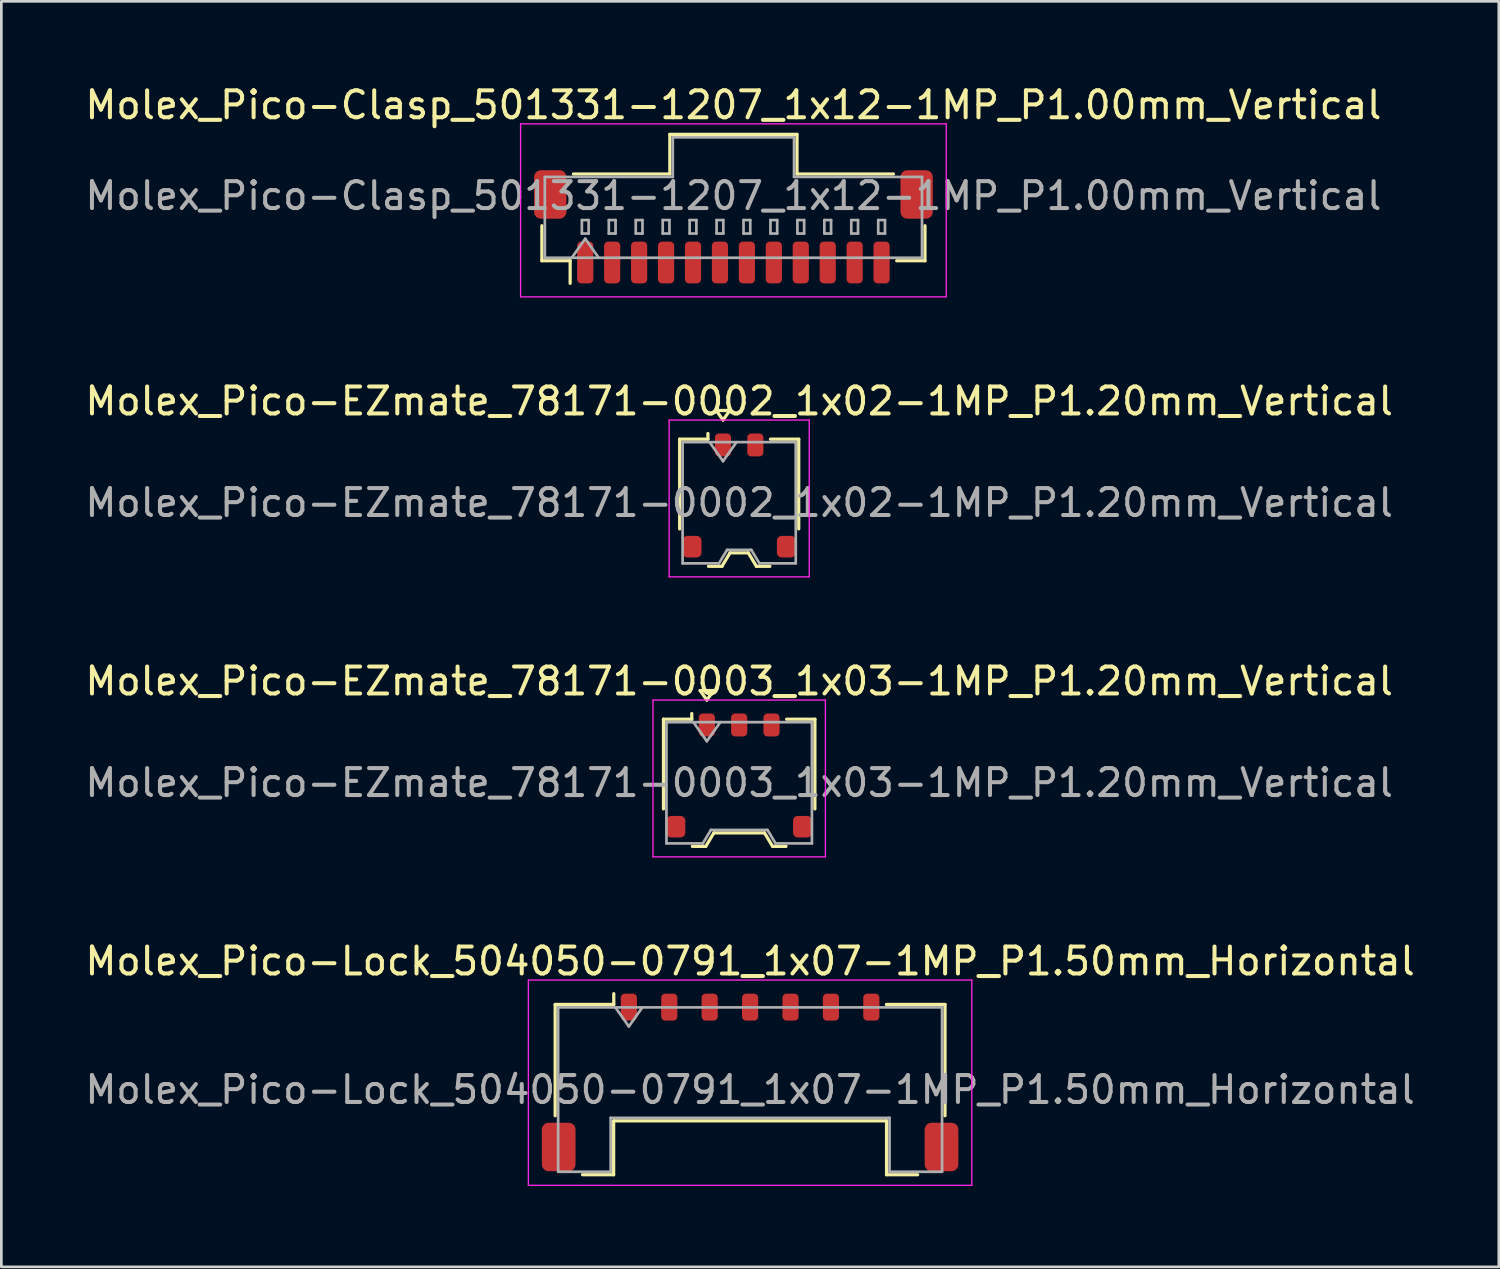
<source format=kicad_pcb>
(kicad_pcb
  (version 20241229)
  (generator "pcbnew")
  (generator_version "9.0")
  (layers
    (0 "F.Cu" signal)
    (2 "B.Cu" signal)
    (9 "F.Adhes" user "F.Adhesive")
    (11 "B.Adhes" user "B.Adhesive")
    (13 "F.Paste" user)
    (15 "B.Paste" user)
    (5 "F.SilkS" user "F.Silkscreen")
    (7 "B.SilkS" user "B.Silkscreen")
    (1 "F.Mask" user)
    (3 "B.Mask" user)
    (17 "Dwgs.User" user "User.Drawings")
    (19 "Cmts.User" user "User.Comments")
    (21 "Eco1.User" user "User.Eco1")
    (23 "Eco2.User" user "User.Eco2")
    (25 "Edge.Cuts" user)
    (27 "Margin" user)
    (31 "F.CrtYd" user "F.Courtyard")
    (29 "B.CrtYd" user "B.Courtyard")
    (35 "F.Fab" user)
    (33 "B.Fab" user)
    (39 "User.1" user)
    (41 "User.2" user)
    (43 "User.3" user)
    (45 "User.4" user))
  (footprint "Molex_Pico-Clasp_501331-1207_1x12-1MP_P1.00mm_Vertical"
    (layer "F.Cu")
    (at 24.173 5.368)
    (property "Reference" "Molex_Pico-Clasp_501331-1207_1x12-1MP_P1.00mm_Vertical" (at 0 -4.52 0) (layer "F.SilkS") (effects (font (size 1 1) (thickness 0.15))))
    (attr smd)
    (fp_line (start -7.11 -0.04) (end -7.11 1.26) (stroke (width 0.12) (type solid)) (layer "F.SilkS"))
    (fp_line (start -7.11 1.26) (end -6.06 1.26) (stroke (width 0.12) (type solid)) (layer "F.SilkS"))
    (fp_line (start -6.06 1.26) (end -6.06 2.1) (stroke (width 0.12) (type solid)) (layer "F.SilkS"))
    (fp_line (start -5.94 -1.96) (end -2.36 -1.96) (stroke (width 0.12) (type solid)) (layer "F.SilkS"))
    (fp_line (start -2.36 -3.43) (end 2.36 -3.43) (stroke (width 0.12) (type solid)) (layer "F.SilkS"))
    (fp_line (start -2.36 -1.96) (end -2.36 -3.43) (stroke (width 0.12) (type solid)) (layer "F.SilkS"))
    (fp_line (start 2.36 -3.43) (end 2.36 -1.96) (stroke (width 0.12) (type solid)) (layer "F.SilkS"))
    (fp_line (start 2.36 -1.96) (end 5.94 -1.96) (stroke (width 0.12) (type solid)) (layer "F.SilkS"))
    (fp_line (start 7.11 -0.04) (end 7.11 1.26) (stroke (width 0.12) (type solid)) (layer "F.SilkS"))
    (fp_line (start 7.11 1.26) (end 6.06 1.26) (stroke (width 0.12) (type solid)) (layer "F.SilkS"))
    (fp_line (start -7.9 -3.82) (end -7.9 2.6) (stroke (width 0.05) (type solid)) (layer "F.CrtYd"))
    (fp_line (start -7.9 2.6) (end 7.9 2.6) (stroke (width 0.05) (type solid)) (layer "F.CrtYd"))
    (fp_line (start 7.9 -3.82) (end -7.9 -3.82) (stroke (width 0.05) (type solid)) (layer "F.CrtYd"))
    (fp_line (start 7.9 2.6) (end 7.9 -3.82) (stroke (width 0.05) (type solid)) (layer "F.CrtYd"))
    (fp_line (start -7 -1.85) (end -2.25 -1.85) (stroke (width 0.1) (type solid)) (layer "F.Fab"))
    (fp_line (start -7 1.15) (end -7 -1.85) (stroke (width 0.1) (type solid)) (layer "F.Fab"))
    (fp_line (start -7 1.15) (end 7 1.15) (stroke (width 0.1) (type solid)) (layer "F.Fab"))
    (fp_line (start -6 1.15) (end -5.5 0.443) (stroke (width 0.1) (type solid)) (layer "F.Fab"))
    (fp_line (start -5.625 -0.25) (end -5.625 0.25) (stroke (width 0.1) (type solid)) (layer "F.Fab"))
    (fp_line (start -5.625 0.25) (end -5.375 0.25) (stroke (width 0.1) (type solid)) (layer "F.Fab"))
    (fp_line (start -5.5 0.443) (end -5 1.15) (stroke (width 0.1) (type solid)) (layer "F.Fab"))
    (fp_line (start -5.375 -0.25) (end -5.625 -0.25) (stroke (width 0.1) (type solid)) (layer "F.Fab"))
    (fp_line (start -5.375 0.25) (end -5.375 -0.25) (stroke (width 0.1) (type solid)) (layer "F.Fab"))
    (fp_line (start -4.625 -0.25) (end -4.625 0.25) (stroke (width 0.1) (type solid)) (layer "F.Fab"))
    (fp_line (start -4.625 0.25) (end -4.375 0.25) (stroke (width 0.1) (type solid)) (layer "F.Fab"))
    (fp_line (start -4.375 -0.25) (end -4.625 -0.25) (stroke (width 0.1) (type solid)) (layer "F.Fab"))
    (fp_line (start -4.375 0.25) (end -4.375 -0.25) (stroke (width 0.1) (type solid)) (layer "F.Fab"))
    (fp_line (start -3.625 -0.25) (end -3.625 0.25) (stroke (width 0.1) (type solid)) (layer "F.Fab"))
    (fp_line (start -3.625 0.25) (end -3.375 0.25) (stroke (width 0.1) (type solid)) (layer "F.Fab"))
    (fp_line (start -3.375 -0.25) (end -3.625 -0.25) (stroke (width 0.1) (type solid)) (layer "F.Fab"))
    (fp_line (start -3.375 0.25) (end -3.375 -0.25) (stroke (width 0.1) (type solid)) (layer "F.Fab"))
    (fp_line (start -2.625 -0.25) (end -2.625 0.25) (stroke (width 0.1) (type solid)) (layer "F.Fab"))
    (fp_line (start -2.625 0.25) (end -2.375 0.25) (stroke (width 0.1) (type solid)) (layer "F.Fab"))
    (fp_line (start -2.375 -0.25) (end -2.625 -0.25) (stroke (width 0.1) (type solid)) (layer "F.Fab"))
    (fp_line (start -2.375 0.25) (end -2.375 -0.25) (stroke (width 0.1) (type solid)) (layer "F.Fab"))
    (fp_line (start -2.25 -3.32) (end 2.25 -3.32) (stroke (width 0.1) (type solid)) (layer "F.Fab"))
    (fp_line (start -2.25 -1.85) (end -2.25 -3.32) (stroke (width 0.1) (type solid)) (layer "F.Fab"))
    (fp_line (start -1.625 -0.25) (end -1.625 0.25) (stroke (width 0.1) (type solid)) (layer "F.Fab"))
    (fp_line (start -1.625 0.25) (end -1.375 0.25) (stroke (width 0.1) (type solid)) (layer "F.Fab"))
    (fp_line (start -1.375 -0.25) (end -1.625 -0.25) (stroke (width 0.1) (type solid)) (layer "F.Fab"))
    (fp_line (start -1.375 0.25) (end -1.375 -0.25) (stroke (width 0.1) (type solid)) (layer "F.Fab"))
    (fp_line (start -0.625 -0.25) (end -0.625 0.25) (stroke (width 0.1) (type solid)) (layer "F.Fab"))
    (fp_line (start -0.625 0.25) (end -0.375 0.25) (stroke (width 0.1) (type solid)) (layer "F.Fab"))
    (fp_line (start -0.375 -0.25) (end -0.625 -0.25) (stroke (width 0.1) (type solid)) (layer "F.Fab"))
    (fp_line (start -0.375 0.25) (end -0.375 -0.25) (stroke (width 0.1) (type solid)) (layer "F.Fab"))
    (fp_line (start 0.375 -0.25) (end 0.375 0.25) (stroke (width 0.1) (type solid)) (layer "F.Fab"))
    (fp_line (start 0.375 0.25) (end 0.625 0.25) (stroke (width 0.1) (type solid)) (layer "F.Fab"))
    (fp_line (start 0.625 -0.25) (end 0.375 -0.25) (stroke (width 0.1) (type solid)) (layer "F.Fab"))
    (fp_line (start 0.625 0.25) (end 0.625 -0.25) (stroke (width 0.1) (type solid)) (layer "F.Fab"))
    (fp_line (start 1.375 -0.25) (end 1.375 0.25) (stroke (width 0.1) (type solid)) (layer "F.Fab"))
    (fp_line (start 1.375 0.25) (end 1.625 0.25) (stroke (width 0.1) (type solid)) (layer "F.Fab"))
    (fp_line (start 1.625 -0.25) (end 1.375 -0.25) (stroke (width 0.1) (type solid)) (layer "F.Fab"))
    (fp_line (start 1.625 0.25) (end 1.625 -0.25) (stroke (width 0.1) (type solid)) (layer "F.Fab"))
    (fp_line (start 2.25 -3.32) (end 2.25 -1.85) (stroke (width 0.1) (type solid)) (layer "F.Fab"))
    (fp_line (start 2.25 -1.85) (end 7 -1.85) (stroke (width 0.1) (type solid)) (layer "F.Fab"))
    (fp_line (start 2.375 -0.25) (end 2.375 0.25) (stroke (width 0.1) (type solid)) (layer "F.Fab"))
    (fp_line (start 2.375 0.25) (end 2.625 0.25) (stroke (width 0.1) (type solid)) (layer "F.Fab"))
    (fp_line (start 2.625 -0.25) (end 2.375 -0.25) (stroke (width 0.1) (type solid)) (layer "F.Fab"))
    (fp_line (start 2.625 0.25) (end 2.625 -0.25) (stroke (width 0.1) (type solid)) (layer "F.Fab"))
    (fp_line (start 3.375 -0.25) (end 3.375 0.25) (stroke (width 0.1) (type solid)) (layer "F.Fab"))
    (fp_line (start 3.375 0.25) (end 3.625 0.25) (stroke (width 0.1) (type solid)) (layer "F.Fab"))
    (fp_line (start 3.625 -0.25) (end 3.375 -0.25) (stroke (width 0.1) (type solid)) (layer "F.Fab"))
    (fp_line (start 3.625 0.25) (end 3.625 -0.25) (stroke (width 0.1) (type solid)) (layer "F.Fab"))
    (fp_line (start 4.375 -0.25) (end 4.375 0.25) (stroke (width 0.1) (type solid)) (layer "F.Fab"))
    (fp_line (start 4.375 0.25) (end 4.625 0.25) (stroke (width 0.1) (type solid)) (layer "F.Fab"))
    (fp_line (start 4.625 -0.25) (end 4.375 -0.25) (stroke (width 0.1) (type solid)) (layer "F.Fab"))
    (fp_line (start 4.625 0.25) (end 4.625 -0.25) (stroke (width 0.1) (type solid)) (layer "F.Fab"))
    (fp_line (start 5.375 -0.25) (end 5.375 0.25) (stroke (width 0.1) (type solid)) (layer "F.Fab"))
    (fp_line (start 5.375 0.25) (end 5.625 0.25) (stroke (width 0.1) (type solid)) (layer "F.Fab"))
    (fp_line (start 5.625 -0.25) (end 5.375 -0.25) (stroke (width 0.1) (type solid)) (layer "F.Fab"))
    (fp_line (start 5.625 0.25) (end 5.625 -0.25) (stroke (width 0.1) (type solid)) (layer "F.Fab"))
    (fp_line (start 7 1.15) (end 7 -1.85) (stroke (width 0.1) (type solid)) (layer "F.Fab"))
    (fp_text user "${REFERENCE}" (at 0 -1.15 0) (layer "F.Fab") (effects (font (size 1 1) (thickness 0.15))))
    (pad "1" smd roundrect (at -5.5 1.325) (size 0.6 1.55) (layers "F.Cu" "F.Mask" "F.Paste") (roundrect_rratio 0.25))
    (pad "2" smd roundrect (at -4.5 1.325) (size 0.6 1.55) (layers "F.Cu" "F.Mask" "F.Paste") (roundrect_rratio 0.25))
    (pad "3" smd roundrect (at -3.5 1.325) (size 0.6 1.55) (layers "F.Cu" "F.Mask" "F.Paste") (roundrect_rratio 0.25))
    (pad "4" smd roundrect (at -2.5 1.325) (size 0.6 1.55) (layers "F.Cu" "F.Mask" "F.Paste") (roundrect_rratio 0.25))
    (pad "5" smd roundrect (at -1.5 1.325) (size 0.6 1.55) (layers "F.Cu" "F.Mask" "F.Paste") (roundrect_rratio 0.25))
    (pad "6" smd roundrect (at -0.5 1.325) (size 0.6 1.55) (layers "F.Cu" "F.Mask" "F.Paste") (roundrect_rratio 0.25))
    (pad "7" smd roundrect (at 0.5 1.325) (size 0.6 1.55) (layers "F.Cu" "F.Mask" "F.Paste") (roundrect_rratio 0.25))
    (pad "8" smd roundrect (at 1.5 1.325) (size 0.6 1.55) (layers "F.Cu" "F.Mask" "F.Paste") (roundrect_rratio 0.25))
    (pad "9" smd roundrect (at 2.5 1.325) (size 0.6 1.55) (layers "F.Cu" "F.Mask" "F.Paste") (roundrect_rratio 0.25))
    (pad "10" smd roundrect (at 3.5 1.325) (size 0.6 1.55) (layers "F.Cu" "F.Mask" "F.Paste") (roundrect_rratio 0.25))
    (pad "11" smd roundrect (at 4.5 1.325) (size 0.6 1.55) (layers "F.Cu" "F.Mask" "F.Paste") (roundrect_rratio 0.25))
    (pad "12" smd roundrect (at 5.5 1.325) (size 0.6 1.55) (layers "F.Cu" "F.Mask" "F.Paste") (roundrect_rratio 0.25))
    (pad "MP" smd roundrect (at -6.8 -1.2) (size 1.2 1.8) (layers "F.Cu" "F.Mask" "F.Paste") (roundrect_rratio 0.208))
    (pad "MP" smd roundrect (at 6.8 -1.2) (size 1.2 1.8) (layers "F.Cu" "F.Mask" "F.Paste") (roundrect_rratio 0.208)))
  (footprint "Molex_Pico-Lock_504050-0791_1x07-1MP_P1.50mm_Horizontal"
    (layer "F.Cu")
    (at 24.792 37.128)
    (property "Reference" "Molex_Pico-Lock_504050-0791_1x07-1MP_P1.50mm_Horizontal" (at 0 -4.5 0) (layer "F.SilkS") (effects (font (size 1 1) (thickness 0.15))))
    (attr smd)
    (fp_line (start -7.235 -2.895) (end -5.06 -2.895) (stroke (width 0.12) (type solid)) (layer "F.SilkS"))
    (fp_line (start -7.235 1.235) (end -7.235 -2.895) (stroke (width 0.12) (type solid)) (layer "F.SilkS"))
    (fp_line (start -6.22 3.425) (end -5.065 3.425) (stroke (width 0.12) (type solid)) (layer "F.SilkS"))
    (fp_line (start -5.065 1.425) (end 5.065 1.425) (stroke (width 0.12) (type solid)) (layer "F.SilkS"))
    (fp_line (start -5.065 3.425) (end -5.065 1.425) (stroke (width 0.12) (type solid)) (layer "F.SilkS"))
    (fp_line (start -5.06 -2.895) (end -5.06 -3.295) (stroke (width 0.12) (type solid)) (layer "F.SilkS"))
    (fp_line (start 5.065 1.425) (end 5.065 3.425) (stroke (width 0.12) (type solid)) (layer "F.SilkS"))
    (fp_line (start 5.065 3.425) (end 6.22 3.425) (stroke (width 0.12) (type solid)) (layer "F.SilkS"))
    (fp_line (start 7.235 -2.895) (end 5.06 -2.895) (stroke (width 0.12) (type solid)) (layer "F.SilkS"))
    (fp_line (start 7.235 1.235) (end 7.235 -2.895) (stroke (width 0.12) (type solid)) (layer "F.SilkS"))
    (fp_line (start -8.23 -3.8) (end -8.23 3.82) (stroke (width 0.05) (type solid)) (layer "F.CrtYd"))
    (fp_line (start -8.23 3.82) (end 8.23 3.82) (stroke (width 0.05) (type solid)) (layer "F.CrtYd"))
    (fp_line (start 8.23 -3.8) (end -8.23 -3.8) (stroke (width 0.05) (type solid)) (layer "F.CrtYd"))
    (fp_line (start 8.23 3.82) (end 8.23 -3.8) (stroke (width 0.05) (type solid)) (layer "F.CrtYd"))
    (fp_line (start -7.125 -2.785) (end -7.125 3.315) (stroke (width 0.1) (type solid)) (layer "F.Fab"))
    (fp_line (start -7.125 -2.785) (end 7.125 -2.785) (stroke (width 0.1) (type solid)) (layer "F.Fab"))
    (fp_line (start -7.125 3.315) (end -5.175 3.315) (stroke (width 0.1) (type solid)) (layer "F.Fab"))
    (fp_line (start -5.175 1.315) (end 5.175 1.315) (stroke (width 0.1) (type solid)) (layer "F.Fab"))
    (fp_line (start -5.175 3.315) (end -5.175 1.315) (stroke (width 0.1) (type solid)) (layer "F.Fab"))
    (fp_line (start -5 -2.785) (end -4.5 -2.078) (stroke (width 0.1) (type solid)) (layer "F.Fab"))
    (fp_line (start -4.5 -2.078) (end -4 -2.785) (stroke (width 0.1) (type solid)) (layer "F.Fab"))
    (fp_line (start 5.175 1.315) (end 5.175 3.315) (stroke (width 0.1) (type solid)) (layer "F.Fab"))
    (fp_line (start 5.175 3.315) (end 7.125 3.315) (stroke (width 0.1) (type solid)) (layer "F.Fab"))
    (fp_line (start 7.125 -2.785) (end 7.125 3.315) (stroke (width 0.1) (type solid)) (layer "F.Fab"))
    (fp_text user "${REFERENCE}" (at 0 0.27 0) (layer "F.Fab") (effects (font (size 1 1) (thickness 0.15))))
    (pad "1" smd roundrect (at -4.5 -2.795) (size 0.6 1) (layers "F.Cu" "F.Mask" "F.Paste") (roundrect_rratio 0.25))
    (pad "2" smd roundrect (at -3 -2.795) (size 0.6 1) (layers "F.Cu" "F.Mask" "F.Paste") (roundrect_rratio 0.25))
    (pad "3" smd roundrect (at -1.5 -2.795) (size 0.6 1) (layers "F.Cu" "F.Mask" "F.Paste") (roundrect_rratio 0.25))
    (pad "4" smd roundrect (at 0 -2.795) (size 0.6 1) (layers "F.Cu" "F.Mask" "F.Paste") (roundrect_rratio 0.25))
    (pad "5" smd roundrect (at 1.5 -2.795) (size 0.6 1) (layers "F.Cu" "F.Mask" "F.Paste") (roundrect_rratio 0.25))
    (pad "6" smd roundrect (at 3 -2.795) (size 0.6 1) (layers "F.Cu" "F.Mask" "F.Paste") (roundrect_rratio 0.25))
    (pad "7" smd roundrect (at 4.5 -2.795) (size 0.6 1) (layers "F.Cu" "F.Mask" "F.Paste") (roundrect_rratio 0.25))
    (pad "MP" smd roundrect (at -7.105 2.395) (size 1.25 1.8) (layers "F.Cu" "F.Mask" "F.Paste") (roundrect_rratio 0.2))
    (pad "MP" smd roundrect (at 7.105 2.395) (size 1.25 1.8) (layers "F.Cu" "F.Mask" "F.Paste") (roundrect_rratio 0.2)))
  (footprint "Molex_Pico-EZmate_78171-0003_1x03-1MP_P1.20mm_Vertical"
    (layer "F.Cu")
    (at 24.387 25.735)
    (property "Reference" "Molex_Pico-EZmate_78171-0003_1x03-1MP_P1.20mm_Vertical" (at 0 -3.5 0) (layer "F.SilkS") (effects (font (size 1 1) (thickness 0.15))))
    (attr smd)
    (fp_line (start -2.81 -2.09) (end -1.76 -2.09) (stroke (width 0.12) (type solid)) (layer "F.SilkS"))
    (fp_line (start -2.81 1.24) (end -2.81 -2.09) (stroke (width 0.12) (type solid)) (layer "F.SilkS"))
    (fp_line (start -1.76 -2.09) (end -1.76 -2.3) (stroke (width 0.12) (type solid)) (layer "F.SilkS"))
    (fp_line (start -1.74 2.63) (end -1.24 2.63) (stroke (width 0.12) (type solid)) (layer "F.SilkS"))
    (fp_line (start -1.45 -3.154) (end -1.2 -2.8) (stroke (width 0.12) (type solid)) (layer "F.SilkS"))
    (fp_line (start -1.24 2.63) (end -0.94 2.13) (stroke (width 0.12) (type solid)) (layer "F.SilkS"))
    (fp_line (start -1.2 -2.8) (end -0.95 -3.154) (stroke (width 0.12) (type solid)) (layer "F.SilkS"))
    (fp_line (start -0.95 -3.154) (end -1.45 -3.154) (stroke (width 0.12) (type solid)) (layer "F.SilkS"))
    (fp_line (start -0.94 2.13) (end 0.94 2.13) (stroke (width 0.12) (type solid)) (layer "F.SilkS"))
    (fp_line (start 0.94 2.13) (end 1.24 2.63) (stroke (width 0.12) (type solid)) (layer "F.SilkS"))
    (fp_line (start 1.24 2.63) (end 1.74 2.63) (stroke (width 0.12) (type solid)) (layer "F.SilkS"))
    (fp_line (start 2.81 -2.09) (end 1.76 -2.09) (stroke (width 0.12) (type solid)) (layer "F.SilkS"))
    (fp_line (start 2.81 1.24) (end 2.81 -2.09) (stroke (width 0.12) (type solid)) (layer "F.SilkS"))
    (fp_line (start -3.2 -2.8) (end -3.2 3.02) (stroke (width 0.05) (type solid)) (layer "F.CrtYd"))
    (fp_line (start -3.2 3.02) (end 3.2 3.02) (stroke (width 0.05) (type solid)) (layer "F.CrtYd"))
    (fp_line (start 3.2 -2.8) (end -3.2 -2.8) (stroke (width 0.05) (type solid)) (layer "F.CrtYd"))
    (fp_line (start 3.2 3.02) (end 3.2 -2.8) (stroke (width 0.05) (type solid)) (layer "F.CrtYd"))
    (fp_line (start -2.7 -1.98) (end -2.7 2.52) (stroke (width 0.1) (type solid)) (layer "F.Fab"))
    (fp_line (start -2.7 -1.98) (end 2.7 -1.98) (stroke (width 0.1) (type solid)) (layer "F.Fab"))
    (fp_line (start -2.7 2.52) (end -1.35 2.52) (stroke (width 0.1) (type solid)) (layer "F.Fab"))
    (fp_line (start -1.7 -1.98) (end -1.2 -1.273) (stroke (width 0.1) (type solid)) (layer "F.Fab"))
    (fp_line (start -1.35 2.52) (end -1.05 2.02) (stroke (width 0.1) (type solid)) (layer "F.Fab"))
    (fp_line (start -1.2 -1.273) (end -0.7 -1.98) (stroke (width 0.1) (type solid)) (layer "F.Fab"))
    (fp_line (start -1.05 2.02) (end 1.05 2.02) (stroke (width 0.1) (type solid)) (layer "F.Fab"))
    (fp_line (start 1.05 2.02) (end 1.35 2.52) (stroke (width 0.1) (type solid)) (layer "F.Fab"))
    (fp_line (start 1.35 2.52) (end 2.7 2.52) (stroke (width 0.1) (type solid)) (layer "F.Fab"))
    (fp_line (start 2.7 -1.98) (end 2.7 2.52) (stroke (width 0.1) (type solid)) (layer "F.Fab"))
    (fp_text user "${REFERENCE}" (at 0 0.27 0) (layer "F.Fab") (effects (font (size 1 1) (thickness 0.15))))
    (pad "1" smd roundrect (at -1.2 -1.875) (size 0.6 0.85) (layers "F.Cu" "F.Mask" "F.Paste") (roundrect_rratio 0.25))
    (pad "2" smd roundrect (at 0 -1.875) (size 0.6 0.85) (layers "F.Cu" "F.Mask" "F.Paste") (roundrect_rratio 0.25))
    (pad "3" smd roundrect (at 1.2 -1.875) (size 0.6 0.85) (layers "F.Cu" "F.Mask" "F.Paste") (roundrect_rratio 0.25))
    (pad "MP" smd roundrect (at -2.35 1.9) (size 0.7 0.8) (layers "F.Cu" "F.Mask" "F.Paste") (roundrect_rratio 0.25))
    (pad "MP" smd roundrect (at 2.35 1.9) (size 0.7 0.8) (layers "F.Cu" "F.Mask" "F.Paste") (roundrect_rratio 0.25)))
  (footprint "Molex_Pico-EZmate_78171-0002_1x02-1MP_P1.20mm_Vertical"
    (layer "F.Cu")
    (at 24.387 15.341)
    (property "Reference" "Molex_Pico-EZmate_78171-0002_1x02-1MP_P1.20mm_Vertical" (at 0 -3.5 0) (layer "F.SilkS") (effects (font (size 1 1) (thickness 0.15))))
    (attr smd)
    (fp_line (start -2.21 -2.09) (end -1.16 -2.09) (stroke (width 0.12) (type solid)) (layer "F.SilkS"))
    (fp_line (start -2.21 1.24) (end -2.21 -2.09) (stroke (width 0.12) (type solid)) (layer "F.SilkS"))
    (fp_line (start -1.16 -2.09) (end -1.16 -2.3) (stroke (width 0.12) (type solid)) (layer "F.SilkS"))
    (fp_line (start -1.14 2.63) (end -0.64 2.63) (stroke (width 0.12) (type solid)) (layer "F.SilkS"))
    (fp_line (start -0.85 -3.154) (end -0.6 -2.8) (stroke (width 0.12) (type solid)) (layer "F.SilkS"))
    (fp_line (start -0.64 2.63) (end -0.34 2.13) (stroke (width 0.12) (type solid)) (layer "F.SilkS"))
    (fp_line (start -0.6 -2.8) (end -0.35 -3.154) (stroke (width 0.12) (type solid)) (layer "F.SilkS"))
    (fp_line (start -0.35 -3.154) (end -0.85 -3.154) (stroke (width 0.12) (type solid)) (layer "F.SilkS"))
    (fp_line (start -0.34 2.13) (end 0.34 2.13) (stroke (width 0.12) (type solid)) (layer "F.SilkS"))
    (fp_line (start 0.34 2.13) (end 0.64 2.63) (stroke (width 0.12) (type solid)) (layer "F.SilkS"))
    (fp_line (start 0.64 2.63) (end 1.14 2.63) (stroke (width 0.12) (type solid)) (layer "F.SilkS"))
    (fp_line (start 2.21 -2.09) (end 1.16 -2.09) (stroke (width 0.12) (type solid)) (layer "F.SilkS"))
    (fp_line (start 2.21 1.24) (end 2.21 -2.09) (stroke (width 0.12) (type solid)) (layer "F.SilkS"))
    (fp_line (start -2.6 -2.8) (end -2.6 3.02) (stroke (width 0.05) (type solid)) (layer "F.CrtYd"))
    (fp_line (start -2.6 3.02) (end 2.6 3.02) (stroke (width 0.05) (type solid)) (layer "F.CrtYd"))
    (fp_line (start 2.6 -2.8) (end -2.6 -2.8) (stroke (width 0.05) (type solid)) (layer "F.CrtYd"))
    (fp_line (start 2.6 3.02) (end 2.6 -2.8) (stroke (width 0.05) (type solid)) (layer "F.CrtYd"))
    (fp_line (start -2.1 -1.98) (end -2.1 2.52) (stroke (width 0.1) (type solid)) (layer "F.Fab"))
    (fp_line (start -2.1 -1.98) (end 2.1 -1.98) (stroke (width 0.1) (type solid)) (layer "F.Fab"))
    (fp_line (start -2.1 2.52) (end -0.75 2.52) (stroke (width 0.1) (type solid)) (layer "F.Fab"))
    (fp_line (start -1.1 -1.98) (end -0.6 -1.273) (stroke (width 0.1) (type solid)) (layer "F.Fab"))
    (fp_line (start -0.75 2.52) (end -0.45 2.02) (stroke (width 0.1) (type solid)) (layer "F.Fab"))
    (fp_line (start -0.6 -1.273) (end -0.1 -1.98) (stroke (width 0.1) (type solid)) (layer "F.Fab"))
    (fp_line (start -0.45 2.02) (end 0.45 2.02) (stroke (width 0.1) (type solid)) (layer "F.Fab"))
    (fp_line (start 0.45 2.02) (end 0.75 2.52) (stroke (width 0.1) (type solid)) (layer "F.Fab"))
    (fp_line (start 0.75 2.52) (end 2.1 2.52) (stroke (width 0.1) (type solid)) (layer "F.Fab"))
    (fp_line (start 2.1 -1.98) (end 2.1 2.52) (stroke (width 0.1) (type solid)) (layer "F.Fab"))
    (fp_text user "${REFERENCE}" (at 0 0.27 0) (layer "F.Fab") (effects (font (size 1 1) (thickness 0.15))))
    (pad "1" smd roundrect (at -0.6 -1.875) (size 0.6 0.85) (layers "F.Cu" "F.Mask" "F.Paste") (roundrect_rratio 0.25))
    (pad "2" smd roundrect (at 0.6 -1.875) (size 0.6 0.85) (layers "F.Cu" "F.Mask" "F.Paste") (roundrect_rratio 0.25))
    (pad "MP" smd roundrect (at -1.75 1.9) (size 0.7 0.8) (layers "F.Cu" "F.Mask" "F.Paste") (roundrect_rratio 0.25))
    (pad "MP" smd roundrect (at 1.75 1.9) (size 0.7 0.8) (layers "F.Cu" "F.Mask" "F.Paste") (roundrect_rratio 0.25)))
  (gr_rect
    (start -3 -3)
    (end 52.583 43.973)
    (stroke (width 0.1) (type default))
    (fill no)
    (layer "Edge.Cuts")))
</source>
